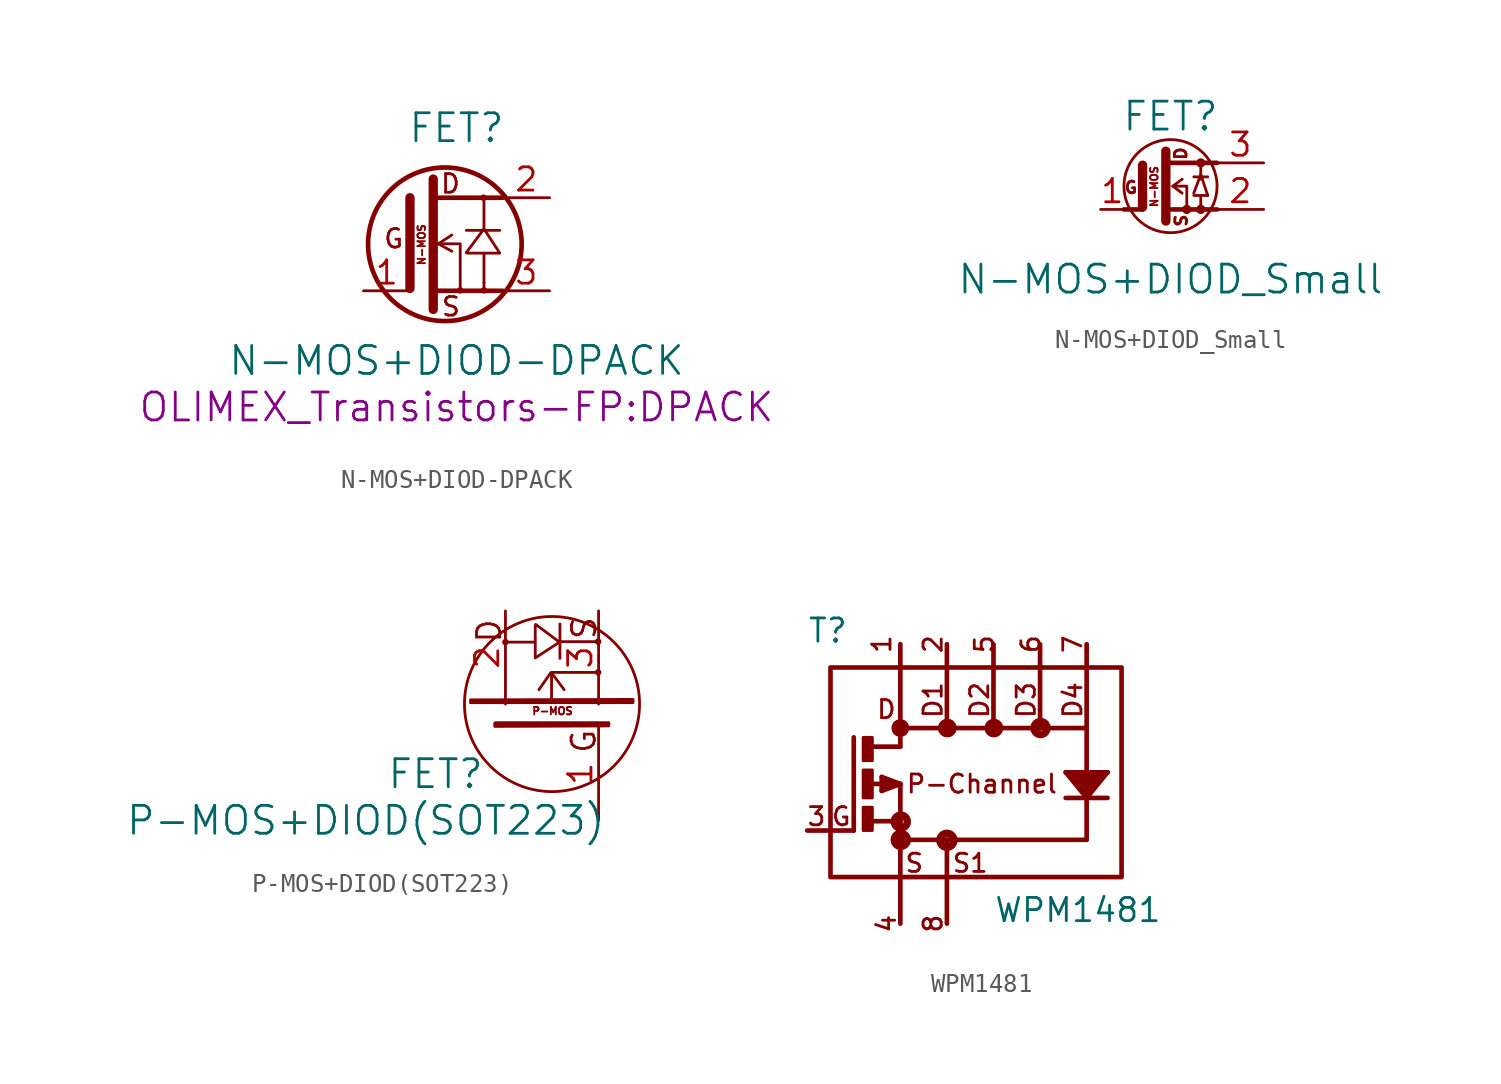
<source format=kicad_sym>
(kicad_symbol_lib
  (version 20211014)
  (generator kicad_symbol_editor)
  (symbol "N-MOS+DIOD-DPACK"
    (pin_names
      (offset 1.016) hide)
    (property "Reference" "FET"
      (at 0 6.35 0)
      (effects (font (size 1.524 1.524))))
    (property "Value" "N-MOS+DIOD-DPACK"
      (at 0 -6.35 0)
      (effects (font (size 1.524 1.524))))
    (property "Footprint" "OLIMEX_Transistors-FP:DPACK"
      (at 0 -8.89 0)
      (effects (font (size 1.524 1.524))))
    (property "Datasheet" ""
      (at -1.27 0 90)
      (effects (font (size 1.524 1.524))))
    (symbol "N-MOS+DIOD-DPACK_0_0"
      (circle (center -0.635 0) (radius 4.191) (stroke (width 0.254) (type default) (color 0 0 0 0)) (fill (type none)))
      (polyline (pts (xy -2.54 -2.413) (xy -2.54 2.54)) (stroke (width 0.508) (type default) (color 0 0 0 0)) (fill (type none)))
      (polyline (pts (xy -1.27 3.556) (xy -1.27 -3.556)) (stroke (width 0.508) (type default) (color 0 0 0 0)) (fill (type none)))
      (polyline (pts (xy -0.254 0.508) (xy -0.991 0.025)) (stroke (width 0) (type default) (color 0 0 0 0)) (fill (type none)))
      (polyline (pts (xy 0.533 0.762) (xy 2.362 0.762)) (stroke (width 0) (type default) (color 0 0 0 0)) (fill (type none)))
      (polyline (pts (xy 1.499 -2.083) (xy 1.499 -2.489)) (stroke (width 0) (type default) (color 0 0 0 0)) (fill (type none)))
      (polyline (pts (xy 1.499 0.813) (xy 1.499 2.54)) (stroke (width 0) (type default) (color 0 0 0 0)) (fill (type none)))
      (polyline (pts (xy 2.54 -2.54) (xy -1.27 -2.54)) (stroke (width 0.254) (type default) (color 0 0 0 0)) (fill (type none)))
      (polyline (pts (xy 2.54 2.54) (xy -1.27 2.54)) (stroke (width 0.254) (type default) (color 0 0 0 0)) (fill (type none)))
      (polyline (pts (xy -1.27 0.025) (xy 0.203 0.025) (xy 0.203 -2.515)) (stroke (width 0) (type default) (color 0 0 0 0)) (fill (type none)))
      (polyline (pts (xy -0.254 -0.381) (xy -0.991 0.025) (xy -0.94 0)) (stroke (width 0) (type default) (color 0 0 0 0)) (fill (type none)))
      (polyline (pts (xy 1.499 -2.083) (xy 1.499 -0.483) (xy 0.584 -0.483) (xy 2.362 -0.483) (xy 1.499 0.838) (xy 0.533 -0.457)) (stroke (width 0) (type default) (color 0 0 0 0)) (fill (type none)))
      (circle (center 0.203 -2.515) (radius 0.102) (stroke (width 0) (type default) (color 0 0 0 0)) (fill (type none)))
      (circle (center 1.473 2.54) (radius 0.102) (stroke (width 0) (type default) (color 0 0 0 0)) (fill (type none)))
      (circle (center 1.499 -2.515) (radius 0.102) (stroke (width 0) (type default) (color 0 0 0 0)) (fill (type none)))
      (text "D" (at -0.33 3.302 0) (effects (font (size 1.016 1.016))))
      (text "G" (at -3.429 0.305 0) (effects (font (size 1.016 1.016))))
      (text "N-MOS" (at -1.905 -0.025 900) (effects (font (size 0.406 0.406))))
      (text "S" (at -0.305 -3.404 0) (effects (font (size 1.016 1.016)))))
    (symbol "N-MOS+DIOD-DPACK_1_1"
      (pin input line (at -5.08 -2.54 0) (length 2.54) (name "G" (effects (font (size 1.27 1.27)))) (number "1" (effects (font (size 1.27 1.27)))))
      (pin passive line (at 5.08 2.54 180) (length 2.54) (name "D" (effects (font (size 1.27 1.27)))) (number "2" (effects (font (size 1.27 1.27)))))
      (pin passive line (at 5.08 -2.54 180) (length 2.54) (name "S" (effects (font (size 1.27 1.27)))) (number "3" (effects (font (size 1.27 1.27)))))))
  (symbol "N-MOS+DIOD_Small"
    (pin_names
      (offset 0) hide)
    (property "Reference" "FET"
      (at 0 3.81 0)
      (effects (font (size 1.524 1.524))))
    (property "Value" "N-MOS+DIOD_Small"
      (at 0 -5.08 0)
      (effects (font (size 1.524 1.524))))
    (property "Footprint" ""
      (at 0 0 90)
      (effects (font (size 1.524 1.524))))
    (property "Datasheet" ""
      (at 0 0 90)
      (effects (font (size 1.524 1.524))))
    (symbol "N-MOS+DIOD_Small_0_0"
      (text "D" (at 0.559 1.778 900) (effects (font (size 0.635 0.635))))
      (text "N-MOS" (at -0.889 -0.025 900) (effects (font (size 0.406 0.406))))
      (text "S" (at 0.584 -1.88 900) (effects (font (size 0.635 0.635)))))
    (symbol "N-MOS+DIOD_Small_0_1"
      (polyline (pts (xy -2.54 -1.27) (xy -1.524 -1.27)) (stroke (width 0.254) (type default) (color 0 0 0 0)) (fill (type none)))
      (polyline (pts (xy -1.524 -1.143) (xy -1.524 1.143)) (stroke (width 0.508) (type default) (color 0 0 0 0)) (fill (type none)))
      (polyline (pts (xy -0.254 -1.905) (xy -0.254 1.905)) (stroke (width 0.508) (type default) (color 0 0 0 0)) (fill (type none)))
      (polyline (pts (xy 0.127 0) (xy 0.635 -0.381)) (stroke (width 0) (type default) (color 0 0 0 0)) (fill (type none)))
      (polyline (pts (xy 1.651 -0.508) (xy 1.27 -0.508)) (stroke (width 0) (type default) (color 0 0 0 0)) (fill (type none)))
      (polyline (pts (xy 1.651 0.381) (xy 1.651 1.27)) (stroke (width 0) (type default) (color 0 0 0 0)) (fill (type none)))
      (polyline (pts (xy 2.54 -1.27) (xy 0 -1.27)) (stroke (width 0.254) (type default) (color 0 0 0 0)) (fill (type none)))
      (polyline (pts (xy 2.54 1.27) (xy 0 1.27)) (stroke (width 0.254) (type default) (color 0 0 0 0)) (fill (type none)))
      (polyline (pts (xy 1.27 -0.381) (xy 1.651 0.635) (xy 2.032 -0.508)) (stroke (width 0) (type default) (color 0 0 0 0)) (fill (type none)))
      (polyline (pts (xy 1.651 -1.27) (xy 1.651 -0.508) (xy 2.032 -0.508)) (stroke (width 0) (type default) (color 0 0 0 0)) (fill (type none)))
      (polyline (pts (xy 2.032 0.508) (xy 1.651 0.508) (xy 1.27 0.508)) (stroke (width 0) (type default) (color 0 0 0 0)) (fill (type none)))
      (polyline (pts (xy 0.889 -1.27) (xy 0.889 0) (xy 0.127 0) (xy 0.635 0.381)) (stroke (width 0) (type default) (color 0 0 0 0)) (fill (type none)))
      (circle (center 0 0) (radius 2.54) (stroke (width 0) (type default) (color 0 0 0 0)) (fill (type none)))
      (circle (center 0.889 -1.27) (radius 0.127) (stroke (width 0.254) (type default) (color 0 0 0 0)) (fill (type none)))
      (circle (center 1.651 -1.27) (radius 0.127) (stroke (width 0.254) (type default) (color 0 0 0 0)) (fill (type none)))
      (circle (center 1.651 1.27) (radius 0.127) (stroke (width 0.254) (type default) (color 0 0 0 0)) (fill (type none))))
    (symbol "N-MOS+DIOD_Small_1_0"
      (text "G" (at -2.159 -0.076 0) (effects (font (size 0.635 0.635)))))
    (symbol "N-MOS+DIOD_Small_1_1"
      (pin input line (at -3.81 -1.27 0) (length 1.27) (name "G" (effects (font (size 1.27 1.27)))) (number "1" (effects (font (size 1.27 1.27)))))
      (pin passive line (at 5.08 -1.27 180) (length 2.54) (name "S" (effects (font (size 1.27 1.27)))) (number "2" (effects (font (size 1.27 1.27)))))
      (pin passive line (at 5.08 1.27 180) (length 2.54) (name "D" (effects (font (size 1.27 1.27)))) (number "3" (effects (font (size 1.27 1.27)))))))
  (symbol "P-MOS+DIOD(SOT223)"
    (pin_names
      (offset 1.016))
    (property "Reference" "FET"
      (at -6.35 -3.81 0)
      (effects (font (size 1.524 1.524))))
    (property "Value" "P-MOS+DIOD(SOT223)"
      (at -10.16 -6.35 0)
      (effects (font (size 1.524 1.524))))
    (property "Footprint" ""
      (at 0 0 0)
      (effects (font (size 1.524 1.524))))
    (property "Datasheet" ""
      (at 0 0 0)
      (effects (font (size 1.524 1.524))))
    (symbol "P-MOS+DIOD(SOT223)_0_0"
      (circle (center -2.54 3.378) (radius 0.102) (stroke (width 0) (type default) (color 0 0 0 0)) (fill (type none)))
      (polyline (pts (xy -0.025 1.702) (xy 0.66 0.787)) (stroke (width 0) (type default) (color 0 0 0 0)) (fill (type none)))
      (polyline (pts (xy 0.432 4.369) (xy 0.432 2.489)) (stroke (width 0) (type default) (color 0 0 0 0)) (fill (type none)))
      (polyline (pts (xy 0.457 3.404) (xy 2.489 3.404)) (stroke (width 0) (type default) (color 0 0 0 0)) (fill (type none)))
      (polyline (pts (xy -0.076 1.702) (xy -0.711 0.787) (xy -0.686 0.838)) (stroke (width 0) (type default) (color 0 0 0 0)) (fill (type none)))
      (polyline (pts (xy -0.025 0.254) (xy -0.025 1.727) (xy 2.515 1.727)) (stroke (width 0) (type default) (color 0 0 0 0)) (fill (type none)))
      (polyline (pts (xy -2.515 3.378) (xy -0.914 3.378) (xy -0.914 4.293) (xy -0.914 2.515) (xy 0.406 3.378) (xy -0.889 4.343)) (stroke (width 0) (type default) (color 0 0 0 0)) (fill (type none)))
      (polyline (pts (xy -4.445 0.229) (xy 4.42 0.254) (xy 4.42 0.076) (xy -4.42 0.076) (xy -4.445 0.076) (xy -4.445 0.152) (xy 4.293 0.152)) (stroke (width 0) (type default) (color 0 0 0 0)) (fill (type none)))
      (polyline (pts (xy -3.099 -1.016) (xy 3.099 -1.016) (xy 3.099 -1.194) (xy -3.073 -1.219) (xy -3.124 -1.219) (xy -3.124 -1.041) (xy -3.048 -1.143) (xy 2.997 -1.118)) (stroke (width 0) (type default) (color 0 0 0 0)) (fill (type none)))
      (circle (center 0 0) (radius 4.775) (stroke (width 0) (type default) (color 0 0 0 0)) (fill (type none)))
      (circle (center 2.515 1.727) (radius 0.102) (stroke (width 0) (type default) (color 0 0 0 0)) (fill (type none)))
      (circle (center 2.515 3.404) (radius 0.102) (stroke (width 0) (type default) (color 0 0 0 0)) (fill (type none)))
      (text "D" (at -3.429 3.988 900) (effects (font (size 1.27 1.27))))
      (text "G" (at 1.727 -2.032 900) (effects (font (size 1.27 1.27))))
      (text "P-MOS" (at 0.025 -0.381 0) (effects (font (size 0.406 0.406))))
      (text "S" (at 1.753 4.14 900) (effects (font (size 1.27 1.27)))))
    (symbol "P-MOS+DIOD(SOT223)_1_1"
      (pin input line (at 2.54 -6.35 90) (length 5.08) (name "~" (effects (font (size 1.27 1.27)))) (number "1" (effects (font (size 1.27 1.27)))))
      (pin passive line (at -2.54 5.08 270) (length 5.08) (name "~" (effects (font (size 1.27 1.27)))) (number "2" (effects (font (size 1.27 1.27)))))
      (pin passive line (at 2.54 5.08 270) (length 5.08) (name "~" (effects (font (size 1.27 1.27)))) (number "3" (effects (font (size 1.27 1.27)))))))
  (symbol "WPM1481"
    (pin_numbers hide)
    (pin_names
      (offset 0.025) hide)
    (property "Reference" "T"
      (at -7.62 7.62 0)
      (effects (font (size 1.27 1.27)) (justify left bottom)))
    (property "Value" "WPM1481"
      (at 2.54 -7.62 0)
      (effects (font (size 1.27 1.27)) (justify left bottom)))
    (property "Datasheet" ""
      (at 0 0 0)
      (effects (font (size 1.524 1.524))))
    (symbol "WPM1481_0_0"
      (rectangle (start -6.35 6.35) (end 9.525 -5.08) (stroke (width 0.254) (type default) (color 0 0 0 0)) (fill (type none)))
      (polyline (pts (xy 7.62 7.62) (xy 7.62 3.048)) (stroke (width 0.254) (type default) (color 0 0 0 0)) (fill (type none)))
      (text "1" (at -3.556 7.62 900) (effects (font (size 0.991 0.991))))
      (text "2" (at -0.762 7.62 900) (effects (font (size 0.991 0.991))))
      (text "3" (at -7.112 -1.778 0) (effects (font (size 0.991 0.991))))
      (text "4" (at -3.302 -7.62 900) (effects (font (size 0.991 0.991))))
      (text "5" (at 2.032 7.62 900) (effects (font (size 0.991 0.991))))
      (text "6" (at 4.572 7.62 900) (effects (font (size 0.991 0.991))))
      (text "7" (at 6.858 7.62 900) (effects (font (size 0.991 0.991))))
      (text "8" (at -0.762 -7.62 900) (effects (font (size 0.991 0.991))))
      (text "D2" (at 1.778 4.572 900) (effects (font (size 0.991 0.991))))
      (text "D4" (at 6.858 4.572 900) (effects (font (size 0.991 0.991))))
      (text "P-Channel" (at 1.905 0 0) (effects (font (size 0.991 0.991))))
      (text "S1" (at 1.27 -4.318 0) (effects (font (size 0.991 0.991)))))
    (symbol "WPM1481_1_0"
      (polyline (pts (xy -5.08 -2.54) (xy -7.62 -2.54)) (stroke (width 0.254) (type default) (color 0 0 0 0)) (fill (type none)))
      (polyline (pts (xy -5.08 2.54) (xy -5.08 -2.54)) (stroke (width 0.254) (type default) (color 0 0 0 0)) (fill (type none)))
      (polyline (pts (xy -4.064 -2.032) (xy -2.54 -2.032)) (stroke (width 0.254) (type default) (color 0 0 0 0)) (fill (type none)))
      (polyline (pts (xy -4.064 0) (xy -2.54 0)) (stroke (width 0.254) (type default) (color 0 0 0 0)) (fill (type none)))
      (polyline (pts (xy -4.064 2.032) (xy -2.54 2.032)) (stroke (width 0.254) (type default) (color 0 0 0 0)) (fill (type none)))
      (polyline (pts (xy -3.556 -0.381) (xy -2.54 0)) (stroke (width 0.254) (type default) (color 0 0 0 0)) (fill (type none)))
      (polyline (pts (xy -3.556 0.381) (xy -3.556 -0.381)) (stroke (width 0.254) (type default) (color 0 0 0 0)) (fill (type none)))
      (polyline (pts (xy -3.429 -0.254) (xy -3.429 0.254)) (stroke (width 0.254) (type default) (color 0 0 0 0)) (fill (type none)))
      (polyline (pts (xy -3.429 0.254) (xy -2.921 0)) (stroke (width 0.254) (type default) (color 0 0 0 0)) (fill (type none)))
      (polyline (pts (xy -2.921 0) (xy -2.54 0)) (stroke (width 0) (type default) (color 0 0 0 0)) (fill (type none)))
      (polyline (pts (xy -2.794 0) (xy -3.429 -0.254)) (stroke (width 0) (type default) (color 0 0 0 0)) (fill (type none)))
      (polyline (pts (xy -2.794 0) (xy -2.921 0)) (stroke (width 0) (type default) (color 0 0 0 0)) (fill (type none)))
      (polyline (pts (xy -2.54 -7.62) (xy -2.54 -3.048)) (stroke (width 0.254) (type default) (color 0 0 0 0)) (fill (type none)))
      (polyline (pts (xy -2.54 -2.032) (xy -2.54 -3.048)) (stroke (width 0.254) (type default) (color 0 0 0 0)) (fill (type none)))
      (polyline (pts (xy -2.54 0) (xy -3.556 0.381)) (stroke (width 0.254) (type default) (color 0 0 0 0)) (fill (type none)))
      (polyline (pts (xy -2.54 0) (xy -2.794 0)) (stroke (width 0) (type default) (color 0 0 0 0)) (fill (type none)))
      (polyline (pts (xy -2.54 0) (xy -2.54 -2.032)) (stroke (width 0.254) (type default) (color 0 0 0 0)) (fill (type none)))
      (polyline (pts (xy -2.54 2.032) (xy -2.54 3.048)) (stroke (width 0.254) (type default) (color 0 0 0 0)) (fill (type none)))
      (polyline (pts (xy -2.54 3.048) (xy -2.54 7.62)) (stroke (width 0.254) (type default) (color 0 0 0 0)) (fill (type none)))
      (polyline (pts (xy -2.54 3.048) (xy 0 3.048)) (stroke (width 0.254) (type default) (color 0 0 0 0)) (fill (type none)))
      (polyline (pts (xy 0 -3.048) (xy -2.54 -3.048)) (stroke (width 0.254) (type default) (color 0 0 0 0)) (fill (type none)))
      (polyline (pts (xy 0 -3.048) (xy 0 -7.62)) (stroke (width 0.254) (type default) (color 0 0 0 0)) (fill (type none)))
      (polyline (pts (xy 0 3.048) (xy 0 7.62)) (stroke (width 0.254) (type default) (color 0 0 0 0)) (fill (type none)))
      (polyline (pts (xy 0 3.048) (xy 2.54 3.048)) (stroke (width 0.254) (type default) (color 0 0 0 0)) (fill (type none)))
      (polyline (pts (xy 2.54 3.048) (xy 2.54 7.62)) (stroke (width 0.254) (type default) (color 0 0 0 0)) (fill (type none)))
      (polyline (pts (xy 2.54 3.048) (xy 5.08 3.048)) (stroke (width 0.254) (type default) (color 0 0 0 0)) (fill (type none)))
      (polyline (pts (xy 5.08 3.048) (xy 5.08 7.62)) (stroke (width 0.254) (type default) (color 0 0 0 0)) (fill (type none)))
      (polyline (pts (xy 5.08 3.048) (xy 7.62 3.048)) (stroke (width 0.254) (type default) (color 0 0 0 0)) (fill (type none)))
      (polyline (pts (xy 6.477 -0.762) (xy 7.62 -0.762)) (stroke (width 0.254) (type default) (color 0 0 0 0)) (fill (type none)))
      (polyline (pts (xy 6.477 0.635) (xy 8.763 0.635)) (stroke (width 0.254) (type default) (color 0 0 0 0)) (fill (type none)))
      (polyline (pts (xy 6.731 0.508) (xy 7.62 -0.508)) (stroke (width 0.254) (type default) (color 0 0 0 0)) (fill (type none)))
      (polyline (pts (xy 6.985 0.508) (xy 7.62 -0.127)) (stroke (width 0.254) (type default) (color 0 0 0 0)) (fill (type none)))
      (polyline (pts (xy 7.239 0.508) (xy 6.985 0.508)) (stroke (width 0) (type default) (color 0 0 0 0)) (fill (type none)))
      (polyline (pts (xy 7.239 0.508) (xy 6.985 0.508)) (stroke (width 0) (type default) (color 0 0 0 0)) (fill (type none)))
      (polyline (pts (xy 7.239 0.508) (xy 7.62 0.127)) (stroke (width 0.254) (type default) (color 0 0 0 0)) (fill (type none)))
      (polyline (pts (xy 7.62 -3.048) (xy 0 -3.048)) (stroke (width 0.254) (type default) (color 0 0 0 0)) (fill (type none)))
      (polyline (pts (xy 7.62 -0.762) (xy 6.477 0.635)) (stroke (width 0.254) (type default) (color 0 0 0 0)) (fill (type none)))
      (polyline (pts (xy 7.62 -0.762) (xy 7.62 -3.048)) (stroke (width 0.254) (type default) (color 0 0 0 0)) (fill (type none)))
      (polyline (pts (xy 7.62 -0.762) (xy 8.763 -0.762)) (stroke (width 0.254) (type default) (color 0 0 0 0)) (fill (type none)))
      (polyline (pts (xy 7.62 -0.508) (xy 7.62 -0.762)) (stroke (width 0) (type default) (color 0 0 0 0)) (fill (type none)))
      (polyline (pts (xy 7.62 -0.508) (xy 8.509 0.508)) (stroke (width 0.254) (type default) (color 0 0 0 0)) (fill (type none)))
      (polyline (pts (xy 7.62 -0.127) (xy 7.62 -0.508)) (stroke (width 0) (type default) (color 0 0 0 0)) (fill (type none)))
      (polyline (pts (xy 7.62 -0.127) (xy 7.747 -0.254)) (stroke (width 0) (type default) (color 0 0 0 0)) (fill (type none)))
      (polyline (pts (xy 7.62 0.127) (xy 7.62 -0.127)) (stroke (width 0) (type default) (color 0 0 0 0)) (fill (type none)))
      (polyline (pts (xy 7.62 0.127) (xy 8.001 0.508)) (stroke (width 0.254) (type default) (color 0 0 0 0)) (fill (type none)))
      (polyline (pts (xy 7.62 3.048) (xy 7.62 0.127)) (stroke (width 0.254) (type default) (color 0 0 0 0)) (fill (type none)))
      (polyline (pts (xy 8.001 0.508) (xy 7.239 0.508)) (stroke (width 0) (type default) (color 0 0 0 0)) (fill (type none)))
      (polyline (pts (xy 8.255 0.508) (xy 7.62 -0.127)) (stroke (width 0.254) (type default) (color 0 0 0 0)) (fill (type none)))
      (polyline (pts (xy 8.255 0.508) (xy 8.001 0.508)) (stroke (width 0) (type default) (color 0 0 0 0)) (fill (type none)))
      (polyline (pts (xy 8.509 0.508) (xy 8.255 0.508)) (stroke (width 0) (type default) (color 0 0 0 0)) (fill (type none)))
      (polyline (pts (xy 8.763 0.635) (xy 7.62 -0.762)) (stroke (width 0.254) (type default) (color 0 0 0 0)) (fill (type none))))
    (symbol "WPM1481_1_1"
      (rectangle (start -4.572 -2.54) (end -4.064 -1.27) (stroke (width 0) (type default) (color 0 0 0 0)) (fill (type outline)))
      (rectangle (start -4.572 -0.762) (end -4.064 0.762) (stroke (width 0) (type default) (color 0 0 0 0)) (fill (type outline)))
      (rectangle (start -4.572 1.27) (end -4.064 2.54) (stroke (width 0) (type default) (color 0 0 0 0)) (fill (type outline)))
      (circle (center -2.54 -3.048) (radius 0.356) (stroke (width 0.254) (type default) (color 0 0 0 0)) (fill (type none)))
      (circle (center -2.54 -2.032) (radius 0.356) (stroke (width 0.254) (type default) (color 0 0 0 0)) (fill (type none)))
      (circle (center -2.54 3.048) (radius 0.254) (stroke (width 0.406) (type default) (color 0 0 0 0)) (fill (type none)))
      (circle (center -2.54 3.048) (radius 0.356) (stroke (width 0.254) (type default) (color 0 0 0 0)) (fill (type none)))
      (circle (center -2.515 -3.048) (radius 0.152) (stroke (width 0.406) (type default) (color 0 0 0 0)) (fill (type none)))
      (circle (center -2.515 -2.057) (radius 0.152) (stroke (width 0.406) (type default) (color 0 0 0 0)) (fill (type none)))
      (circle (center 0 -3.073) (radius 0.178) (stroke (width 0.406) (type default) (color 0 0 0 0)) (fill (type none)))
      (circle (center 0 -3.048) (radius 0.356) (stroke (width 0.254) (type default) (color 0 0 0 0)) (fill (type none)))
      (circle (center 0 3.048) (radius 0.356) (stroke (width 0.254) (type default) (color 0 0 0 0)) (fill (type none)))
      (circle (center 0.025 3.048) (radius 0.102) (stroke (width 0.406) (type default) (color 0 0 0 0)) (fill (type none)))
      (circle (center 2.54 3.048) (radius 0.356) (stroke (width 0.254) (type default) (color 0 0 0 0)) (fill (type none)))
      (circle (center 2.565 3.048) (radius 0.102) (stroke (width 0.406) (type default) (color 0 0 0 0)) (fill (type none)))
      (circle (center 5.08 3.048) (radius 0.356) (stroke (width 0.254) (type default) (color 0 0 0 0)) (fill (type none)))
      (circle (center 5.105 3.048) (radius 0.152) (stroke (width 0.406) (type default) (color 0 0 0 0)) (fill (type none)))
      (text "D" (at -3.302 4.064 0) (effects (font (size 0.991 0.991))))
      (text "D1" (at -0.762 4.572 900) (effects (font (size 0.991 0.991))))
      (text "D3" (at 4.318 4.572 900) (effects (font (size 0.991 0.991))))
      (text "G" (at -5.766 -1.778 0) (effects (font (size 0.991 0.991))))
      (text "S" (at -1.778 -4.318 0) (effects (font (size 0.991 0.991))))
      (pin passive line (at -2.54 7.62 270) (length 5.004) (name "D" (effects (font (size 1.016 1.016)))) (number "1" (effects (font (size 1.016 1.016)))))
      (pin passive line (at 0 7.62 270) (length 0) (name "D1" (effects (font (size 1.016 1.016)))) (number "2" (effects (font (size 1.016 1.016)))))
      (pin passive line (at -7.62 -2.54 0) (length 2.54) (name "G" (effects (font (size 1.016 1.016)))) (number "3" (effects (font (size 1.016 1.016)))))
      (pin passive line (at -2.54 -7.62 90) (length 2.54) (name "S" (effects (font (size 1.016 1.016)))) (number "4" (effects (font (size 1.016 1.016)))))
      (pin passive line (at 2.54 7.62 270) (length 0) (name "D2" (effects (font (size 1.016 1.016)))) (number "5" (effects (font (size 1.016 1.016)))))
      (pin passive line (at 5.08 7.62 270) (length 0) (name "D3" (effects (font (size 1.016 1.016)))) (number "6" (effects (font (size 1.016 1.016)))))
      (pin input line (at 7.62 7.62 180) (length 0) (name "D4" (effects (font (size 1.016 1.016)))) (number "7" (effects (font (size 1.016 1.016)))))
      (pin passive line (at 0 -7.62 90) (length 2.54) (name "S1" (effects (font (size 1.016 1.016)))) (number "8" (effects (font (size 1.016 1.016))))))))
</source>
